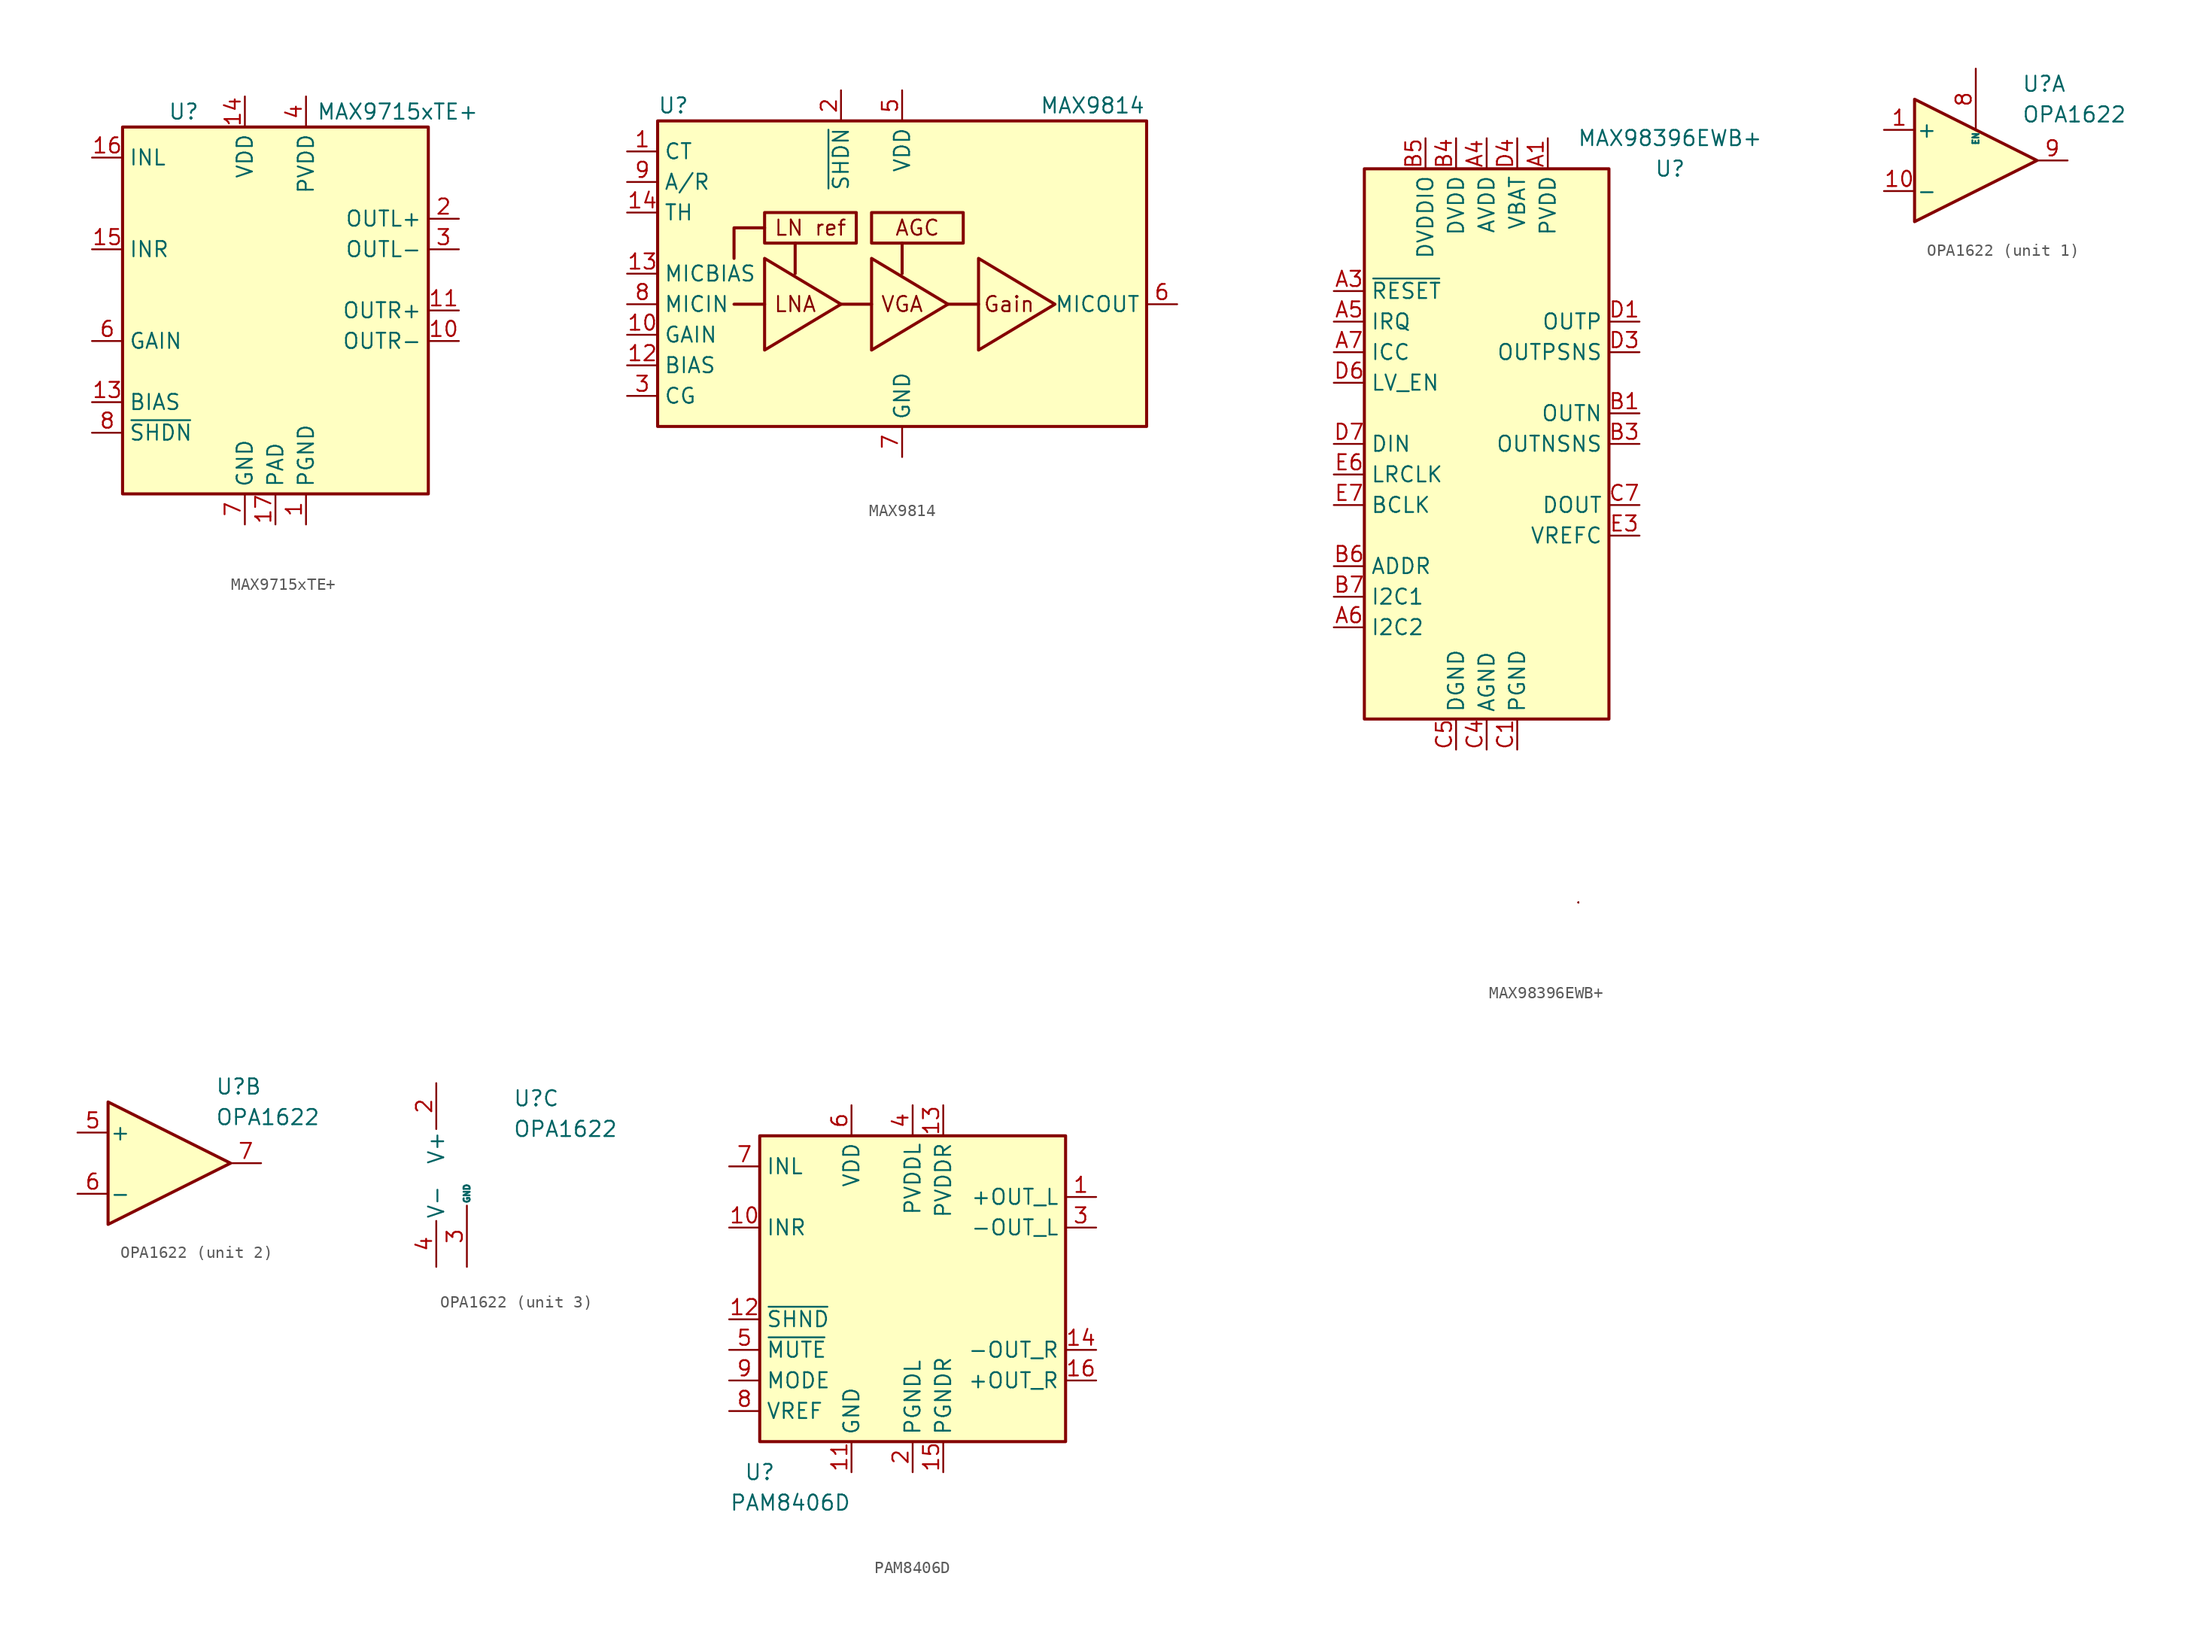
<source format=kicad_sym>
(kicad_symbol_lib
  (version 20231120)
  (generator "kicad_symbol_editor")
  (generator_version "8.0")
  (symbol "MAX9715xTE+"
    (property "Reference" "U"
      (at -7.62 16.51 0)
      (effects (font (size 1.27 1.27))))
    (property "Value" "MAX9715xTE+"
      (at 10.16 16.51 0)
      (effects (font (size 1.27 1.27))))
    (symbol "MAX9715xTE+_0_1"
      (rectangle (start -12.7 15.24) (end 12.7 -15.24) (stroke (width 0.254) (type default)) (fill (type background))))
    (symbol "MAX9715xTE+_1_1"
      (pin power_in line (at 2.54 -17.78 90) (length 2.54) (name "PGND" (effects (font (size 1.27 1.27)))) (number "1" (effects (font (size 1.27 1.27)))))
      (pin output line (at 15.24 -2.54 180) (length 2.54) (name "OUTR-" (effects (font (size 1.27 1.27)))) (number "10" (effects (font (size 1.27 1.27)))))
      (pin output line (at 15.24 0 180) (length 2.54) (name "OUTR+" (effects (font (size 1.27 1.27)))) (number "11" (effects (font (size 1.27 1.27)))))
      (pin passive line (at 2.54 -17.78 90) (length 2.54) hide (name "PGND" (effects (font (size 1.27 1.27)))) (number "12" (effects (font (size 1.27 1.27)))))
      (pin passive line (at -15.24 -7.62 0) (length 2.54) (name "BIAS" (effects (font (size 1.27 1.27)))) (number "13" (effects (font (size 1.27 1.27)))))
      (pin power_in line (at -2.54 17.78 270) (length 2.54) (name "VDD" (effects (font (size 1.27 1.27)))) (number "14" (effects (font (size 1.27 1.27)))))
      (pin input line (at -15.24 5.08 0) (length 2.54) (name "INR" (effects (font (size 1.27 1.27)))) (number "15" (effects (font (size 1.27 1.27)))))
      (pin input line (at -15.24 12.7 0) (length 2.54) (name "INL" (effects (font (size 1.27 1.27)))) (number "16" (effects (font (size 1.27 1.27)))))
      (pin passive line (at 0 -17.78 90) (length 2.54) (name "PAD" (effects (font (size 1.27 1.27)))) (number "17" (effects (font (size 1.27 1.27)))))
      (pin output line (at 15.24 7.62 180) (length 2.54) (name "OUTL+" (effects (font (size 1.27 1.27)))) (number "2" (effects (font (size 1.27 1.27)))))
      (pin output line (at 15.24 5.08 180) (length 2.54) (name "OUTL-" (effects (font (size 1.27 1.27)))) (number "3" (effects (font (size 1.27 1.27)))))
      (pin power_in line (at 2.54 17.78 270) (length 2.54) (name "PVDD" (effects (font (size 1.27 1.27)))) (number "4" (effects (font (size 1.27 1.27)))))
      (pin no_connect line (at 10.16 5.08 180) (length 2.54) hide (name "NC" (effects (font (size 1.27 1.27)))) (number "5" (effects (font (size 1.27 1.27)))))
      (pin input line (at -15.24 -2.54 0) (length 2.54) (name "GAIN" (effects (font (size 1.27 1.27)))) (number "6" (effects (font (size 1.27 1.27)))))
      (pin power_in line (at -2.54 -17.78 90) (length 2.54) (name "GND" (effects (font (size 1.27 1.27)))) (number "7" (effects (font (size 1.27 1.27)))))
      (pin input line (at -15.24 -10.16 0) (length 2.54) (name "~{SHDN}" (effects (font (size 1.27 1.27)))) (number "8" (effects (font (size 1.27 1.27)))))
      (pin passive line (at 2.54 17.78 270) (length 2.54) hide (name "PVDD" (effects (font (size 1.27 1.27)))) (number "9" (effects (font (size 1.27 1.27)))))))
  (symbol "MAX9814"
    (property "Reference" "U"
      (at -20.32 13.97 0)
      (effects (font (size 1.27 1.27)) (justify left)))
    (property "Value" "MAX9814"
      (at 11.43 13.97 0)
      (effects (font (size 1.27 1.27)) (justify left)))
    (symbol "MAX9814_0_0"
      (rectangle (start -11.43 5.08) (end -3.81 2.54) (stroke (width 0.254) (type default)) (fill (type none)))
      (rectangle (start -2.54 5.08) (end 5.08 2.54) (stroke (width 0.254) (type default)) (fill (type none)))
      (polyline (pts (xy -11.43 -2.54) (xy -13.97 -2.54)) (stroke (width 0.254) (type default)) (fill (type none)))
      (polyline (pts (xy -8.89 2.54) (xy -8.89 0)) (stroke (width 0.254) (type default)) (fill (type none)))
      (polyline (pts (xy -2.54 -2.54) (xy -5.08 -2.54)) (stroke (width 0.254) (type default)) (fill (type none)))
      (polyline (pts (xy 0 2.54) (xy 0 0)) (stroke (width 0.254) (type default)) (fill (type none)))
      (polyline (pts (xy 3.81 -2.54) (xy 6.35 -2.54)) (stroke (width 0.254) (type default)) (fill (type none)))
      (polyline (pts (xy -11.43 3.81) (xy -13.97 3.81) (xy -13.97 1.27)) (stroke (width 0.254) (type default)) (fill (type none)))
      (polyline (pts (xy -5.08 -2.54) (xy -11.43 1.27) (xy -11.43 -6.35) (xy -5.08 -2.54)) (stroke (width 0.254) (type default)) (fill (type none)))
      (polyline (pts (xy 3.81 -2.54) (xy -2.54 1.27) (xy -2.54 -6.35) (xy 3.81 -2.54)) (stroke (width 0.254) (type default)) (fill (type none)))
      (polyline (pts (xy 12.7 -2.54) (xy 6.35 1.27) (xy 6.35 -6.35) (xy 12.7 -2.54)) (stroke (width 0.254) (type default)) (fill (type none)))
      (text "AGC" (at 1.27 3.81 0) (effects (font (size 1.27 1.27))))
      (text "Gain" (at 8.89 -2.54 0) (effects (font (size 1.27 1.27))))
      (text "LN ref" (at -7.62 3.81 0) (effects (font (size 1.27 1.27))))
      (text "LNA" (at -8.89 -2.54 0) (effects (font (size 1.27 1.27))))
      (text "VGA" (at 0 -2.54 0) (effects (font (size 1.27 1.27)))))
    (symbol "MAX9814_0_1"
      (rectangle (start -20.32 12.7) (end 20.32 -12.7) (stroke (width 0.254) (type default)) (fill (type background))))
    (symbol "MAX9814_1_1"
      (pin input line (at -22.86 10.16 0) (length 2.54) (name "CT" (effects (font (size 1.27 1.27)))) (number "1" (effects (font (size 1.27 1.27)))))
      (pin input line (at -22.86 -5.08 0) (length 2.54) (name "GAIN" (effects (font (size 1.27 1.27)))) (number "10" (effects (font (size 1.27 1.27)))))
      (pin passive line (at 0 -15.24 90) (length 2.54) hide (name "GND" (effects (font (size 1.27 1.27)))) (number "11" (effects (font (size 1.27 1.27)))))
      (pin passive line (at -22.86 -7.62 0) (length 2.54) (name "BIAS" (effects (font (size 1.27 1.27)))) (number "12" (effects (font (size 1.27 1.27)))))
      (pin output line (at -22.86 0 0) (length 2.54) (name "MICBIAS" (effects (font (size 1.27 1.27)))) (number "13" (effects (font (size 1.27 1.27)))))
      (pin input line (at -22.86 5.08 0) (length 2.54) (name "TH" (effects (font (size 1.27 1.27)))) (number "14" (effects (font (size 1.27 1.27)))))
      (pin passive line (at 0 -15.24 90) (length 2.54) hide (name "GND" (effects (font (size 1.27 1.27)))) (number "15" (effects (font (size 1.27 1.27)))))
      (pin input line (at -5.08 15.24 270) (length 2.54) (name "~{SHDN}" (effects (font (size 1.27 1.27)))) (number "2" (effects (font (size 1.27 1.27)))))
      (pin passive line (at -22.86 -10.16 0) (length 2.54) (name "CG" (effects (font (size 1.27 1.27)))) (number "3" (effects (font (size 1.27 1.27)))))
      (pin passive line (at 0 -15.24 90) (length 2.54) hide (name "GND" (effects (font (size 1.27 1.27)))) (number "4" (effects (font (size 1.27 1.27)))))
      (pin power_in line (at 0 15.24 270) (length 2.54) (name "VDD" (effects (font (size 1.27 1.27)))) (number "5" (effects (font (size 1.27 1.27)))))
      (pin output line (at 22.86 -2.54 180) (length 2.54) (name "MICOUT" (effects (font (size 1.27 1.27)))) (number "6" (effects (font (size 1.27 1.27)))))
      (pin power_in line (at 0 -15.24 90) (length 2.54) (name "GND" (effects (font (size 1.27 1.27)))) (number "7" (effects (font (size 1.27 1.27)))))
      (pin input line (at -22.86 -2.54 0) (length 2.54) (name "MICIN" (effects (font (size 1.27 1.27)))) (number "8" (effects (font (size 1.27 1.27)))))
      (pin input line (at -22.86 7.62 0) (length 2.54) (name "A/R" (effects (font (size 1.27 1.27)))) (number "9" (effects (font (size 1.27 1.27)))))))
  (symbol "MAX98396EWB+"
    (property "Reference" "U"
      (at 15.24 22.86 0)
      (effects (font (size 1.27 1.27))))
    (property "Value" "MAX98396EWB+"
      (at 15.24 25.4 0)
      (effects (font (size 1.27 1.27))))
    (symbol "MAX98396EWB+_0_1"
      (rectangle (start -10.16 22.86) (end 10.16 -22.86) (stroke (width 0.254) (type default)) (fill (type background)))
      (rectangle (start 7.62 -38.1) (end 7.62 -38.1) (stroke (width 0.152) (type default)) (fill (type none)))
      (rectangle (start 7.62 -38.1) (end 7.62 -38.1) (stroke (width 0.152) (type default)) (fill (type none)))
      (rectangle (start 7.62 -38.1) (end 7.62 -38.1) (stroke (width 0.152) (type default)) (fill (type none)))
      (rectangle (start 7.62 -38.1) (end 7.62 -38.1) (stroke (width 0.152) (type default)) (fill (type none))))
    (symbol "MAX98396EWB+_1_1"
      (pin power_in line (at 5.08 25.4 270) (length 2.54) (name "PVDD" (effects (font (size 1.27 1.27)))) (number "A1" (effects (font (size 1.27 1.27)))))
      (pin passive line (at 5.08 25.4 270) (length 2.54) hide (name "PVDD" (effects (font (size 1.27 1.27)))) (number "A2" (effects (font (size 1.27 1.27)))))
      (pin input line (at -12.7 12.7 0) (length 2.54) (name "~{RESET}" (effects (font (size 1.27 1.27)))) (number "A3" (effects (font (size 1.27 1.27)))))
      (pin power_in line (at 0 25.4 270) (length 2.54) (name "AVDD" (effects (font (size 1.27 1.27)))) (number "A4" (effects (font (size 1.27 1.27)))))
      (pin open_collector line (at -12.7 10.16 0) (length 2.54) (name "IRQ" (effects (font (size 1.27 1.27)))) (number "A5" (effects (font (size 1.27 1.27)))))
      (pin bidirectional line (at -12.7 -15.24 0) (length 2.54) (name "I2C2" (effects (font (size 1.27 1.27)))) (number "A6" (effects (font (size 1.27 1.27)))))
      (pin bidirectional line (at -12.7 7.62 0) (length 2.54) (name "ICC" (effects (font (size 1.27 1.27)))) (number "A7" (effects (font (size 1.27 1.27)))))
      (pin output line (at 12.7 2.54 180) (length 2.54) (name "OUTN" (effects (font (size 1.27 1.27)))) (number "B1" (effects (font (size 1.27 1.27)))))
      (pin output line (at 12.7 2.54 180) (length 2.54) hide (name "OUTN" (effects (font (size 1.27 1.27)))) (number "B2" (effects (font (size 1.27 1.27)))))
      (pin output line (at 12.7 0 180) (length 2.54) (name "OUTNSNS" (effects (font (size 1.27 1.27)))) (number "B3" (effects (font (size 1.27 1.27)))))
      (pin power_in line (at -2.54 25.4 270) (length 2.54) (name "DVDD" (effects (font (size 1.27 1.27)))) (number "B4" (effects (font (size 1.27 1.27)))))
      (pin power_in line (at -5.08 25.4 270) (length 2.54) (name "DVDDIO" (effects (font (size 1.27 1.27)))) (number "B5" (effects (font (size 1.27 1.27)))))
      (pin input line (at -12.7 -10.16 0) (length 2.54) (name "ADDR" (effects (font (size 1.27 1.27)))) (number "B6" (effects (font (size 1.27 1.27)))))
      (pin bidirectional line (at -12.7 -12.7 0) (length 2.54) (name "I2C1" (effects (font (size 1.27 1.27)))) (number "B7" (effects (font (size 1.27 1.27)))))
      (pin power_in line (at 2.54 -25.4 90) (length 2.54) (name "PGND" (effects (font (size 1.27 1.27)))) (number "C1" (effects (font (size 1.27 1.27)))))
      (pin passive line (at 2.54 -25.4 90) (length 2.54) hide (name "PGND" (effects (font (size 1.27 1.27)))) (number "C2" (effects (font (size 1.27 1.27)))))
      (pin passive line (at 2.54 -25.4 90) (length 2.54) hide (name "PGND" (effects (font (size 1.27 1.27)))) (number "C3" (effects (font (size 1.27 1.27)))))
      (pin power_in line (at 0 -25.4 90) (length 2.54) (name "AGND" (effects (font (size 1.27 1.27)))) (number "C4" (effects (font (size 1.27 1.27)))))
      (pin power_in line (at -2.54 -25.4 90) (length 2.54) (name "DGND" (effects (font (size 1.27 1.27)))) (number "C5" (effects (font (size 1.27 1.27)))))
      (pin passive line (at -2.54 -25.4 90) (length 2.54) hide (name "DGND" (effects (font (size 1.27 1.27)))) (number "C6" (effects (font (size 1.27 1.27)))))
      (pin output line (at 12.7 -5.08 180) (length 2.54) (name "DOUT" (effects (font (size 1.27 1.27)))) (number "C7" (effects (font (size 1.27 1.27)))))
      (pin output line (at 12.7 10.16 180) (length 2.54) (name "OUTP" (effects (font (size 1.27 1.27)))) (number "D1" (effects (font (size 1.27 1.27)))))
      (pin output line (at 12.7 10.16 180) (length 2.54) hide (name "OUTP" (effects (font (size 1.27 1.27)))) (number "D2" (effects (font (size 1.27 1.27)))))
      (pin output line (at 12.7 7.62 180) (length 2.54) (name "OUTPSNS" (effects (font (size 1.27 1.27)))) (number "D3" (effects (font (size 1.27 1.27)))))
      (pin power_in line (at 2.54 25.4 270) (length 2.54) (name "VBAT" (effects (font (size 1.27 1.27)))) (number "D4" (effects (font (size 1.27 1.27)))))
      (pin passive line (at 0 -25.4 90) (length 2.54) hide (name "AGND" (effects (font (size 1.27 1.27)))) (number "D5" (effects (font (size 1.27 1.27)))))
      (pin open_collector line (at -12.7 5.08 0) (length 2.54) (name "LV_EN" (effects (font (size 1.27 1.27)))) (number "D6" (effects (font (size 1.27 1.27)))))
      (pin input line (at -12.7 0 0) (length 2.54) (name "DIN" (effects (font (size 1.27 1.27)))) (number "D7" (effects (font (size 1.27 1.27)))))
      (pin passive line (at 5.08 25.4 270) (length 2.54) hide (name "PVDD" (effects (font (size 1.27 1.27)))) (number "E1" (effects (font (size 1.27 1.27)))))
      (pin passive line (at 5.08 25.4 270) (length 2.54) hide (name "PVDD" (effects (font (size 1.27 1.27)))) (number "E2" (effects (font (size 1.27 1.27)))))
      (pin passive line (at 12.7 -7.62 180) (length 2.54) (name "VREFC" (effects (font (size 1.27 1.27)))) (number "E3" (effects (font (size 1.27 1.27)))))
      (pin passive line (at 2.54 25.4 270) (length 2.54) hide (name "VBAT" (effects (font (size 1.27 1.27)))) (number "E4" (effects (font (size 1.27 1.27)))))
      (pin passive line (at 0 -25.4 90) (length 2.54) hide (name "AGND" (effects (font (size 1.27 1.27)))) (number "E5" (effects (font (size 1.27 1.27)))))
      (pin input line (at -12.7 -2.54 0) (length 2.54) (name "LRCLK" (effects (font (size 1.27 1.27)))) (number "E6" (effects (font (size 1.27 1.27)))))
      (pin input line (at -12.7 -5.08 0) (length 2.54) (name "BCLK" (effects (font (size 1.27 1.27)))) (number "E7" (effects (font (size 1.27 1.27)))))))
  (symbol "OPA1622"
    (pin_names
      (offset 0.127))
    (property "Reference" "U"
      (at 3.81 6.35 0)
      (effects (font (size 1.27 1.27)) (justify left)))
    (property "Value" "OPA1622"
      (at 3.81 3.81 0)
      (effects (font (size 1.27 1.27)) (justify left)))
    (property "ki_locked" ""
      (at 0 0 0)
      (effects (font (size 1.27 1.27))))
    (symbol "OPA1622_1_1"
      (polyline (pts (xy -5.08 5.08) (xy 5.08 0) (xy -5.08 -5.08) (xy -5.08 5.08) (xy -5.08 5.08)) (stroke (width 0.254) (type default)) (fill (type background)))
      (pin input line (at -7.62 2.54 0) (length 2.54) (name "+" (effects (font (size 1.27 1.27)))) (number "1" (effects (font (size 1.27 1.27)))))
      (pin input line (at -7.62 -2.54 0) (length 2.54) (name "-" (effects (font (size 1.27 1.27)))) (number "10" (effects (font (size 1.27 1.27)))))
      (pin input line (at 0 7.62 270) (length 5.08) (name "EN" (effects (font (size 0.508 0.508)))) (number "8" (effects (font (size 1.27 1.27)))))
      (pin output line (at 7.62 0 180) (length 2.54) (name "~" (effects (font (size 1.27 1.27)))) (number "9" (effects (font (size 1.27 1.27))))))
    (symbol "OPA1622_2_1"
      (polyline (pts (xy -5.08 5.08) (xy 5.08 0) (xy -5.08 -5.08) (xy -5.08 5.08) (xy -5.08 5.08)) (stroke (width 0.254) (type default)) (fill (type background)))
      (pin input line (at -7.62 2.54 0) (length 2.54) (name "+" (effects (font (size 1.27 1.27)))) (number "5" (effects (font (size 1.27 1.27)))))
      (pin input line (at -7.62 -2.54 0) (length 2.54) (name "-" (effects (font (size 1.27 1.27)))) (number "6" (effects (font (size 1.27 1.27)))))
      (pin output line (at 7.62 0 180) (length 2.54) (name "~" (effects (font (size 1.27 1.27)))) (number "7" (effects (font (size 1.27 1.27))))))
    (symbol "OPA1622_3_1"
      (pin passive line (at -2.54 -7.62 90) (length 3.81) hide (name "V-" (effects (font (size 1.27 1.27)))) (number "11" (effects (font (size 1.27 1.27)))))
      (pin power_in line (at -2.54 7.62 270) (length 3.81) (name "V+" (effects (font (size 1.27 1.27)))) (number "2" (effects (font (size 1.27 1.27)))))
      (pin power_in line (at 0 -7.62 90) (length 5.08) (name "GND" (effects (font (size 0.508 0.508)))) (number "3" (effects (font (size 1.27 1.27)))))
      (pin power_in line (at -2.54 -7.62 90) (length 3.81) (name "V-" (effects (font (size 1.27 1.27)))) (number "4" (effects (font (size 1.27 1.27)))))))
  (symbol "PAM8406D"
    (property "Reference" "U"
      (at -12.7 -15.24 0)
      (effects (font (size 1.27 1.27))))
    (property "Value" "PAM8406D"
      (at -10.16 -17.78 0)
      (effects (font (size 1.27 1.27))))
    (symbol "PAM8406D_0_1"
      (rectangle (start -12.7 12.7) (end 12.7 -12.7) (stroke (width 0.254) (type solid)) (fill (type background))))
    (symbol "PAM8406D_1_1"
      (pin output line (at 15.24 7.62 180) (length 2.54) (name "+OUT_L" (effects (font (size 1.27 1.27)))) (number "1" (effects (font (size 1.27 1.27)))))
      (pin input line (at -15.24 5.08 0) (length 2.54) (name "INR" (effects (font (size 1.27 1.27)))) (number "10" (effects (font (size 1.27 1.27)))))
      (pin power_in line (at -5.08 -15.24 90) (length 2.54) (name "GND" (effects (font (size 1.27 1.27)))) (number "11" (effects (font (size 1.27 1.27)))))
      (pin input line (at -15.24 -2.54 0) (length 2.54) (name "~{SHND}" (effects (font (size 1.27 1.27)))) (number "12" (effects (font (size 1.27 1.27)))))
      (pin power_in line (at 2.54 15.24 270) (length 2.54) (name "PVDDR" (effects (font (size 1.27 1.27)))) (number "13" (effects (font (size 1.27 1.27)))))
      (pin output line (at 15.24 -5.08 180) (length 2.54) (name "-OUT_R" (effects (font (size 1.27 1.27)))) (number "14" (effects (font (size 1.27 1.27)))))
      (pin power_in line (at 2.54 -15.24 90) (length 2.54) (name "PGNDR" (effects (font (size 1.27 1.27)))) (number "15" (effects (font (size 1.27 1.27)))))
      (pin output line (at 15.24 -7.62 180) (length 2.54) (name "+OUT_R" (effects (font (size 1.27 1.27)))) (number "16" (effects (font (size 1.27 1.27)))))
      (pin power_in line (at 0 -15.24 90) (length 2.54) (name "PGNDL" (effects (font (size 1.27 1.27)))) (number "2" (effects (font (size 1.27 1.27)))))
      (pin output line (at 15.24 5.08 180) (length 2.54) (name "-OUT_L" (effects (font (size 1.27 1.27)))) (number "3" (effects (font (size 1.27 1.27)))))
      (pin power_in line (at 0 15.24 270) (length 2.54) (name "PVDDL" (effects (font (size 1.27 1.27)))) (number "4" (effects (font (size 1.27 1.27)))))
      (pin input line (at -15.24 -5.08 0) (length 2.54) (name "~{MUTE}" (effects (font (size 1.27 1.27)))) (number "5" (effects (font (size 1.27 1.27)))))
      (pin power_in line (at -5.08 15.24 270) (length 2.54) (name "VDD" (effects (font (size 1.27 1.27)))) (number "6" (effects (font (size 1.27 1.27)))))
      (pin input line (at -15.24 10.16 0) (length 2.54) (name "INL" (effects (font (size 1.27 1.27)))) (number "7" (effects (font (size 1.27 1.27)))))
      (pin passive line (at -15.24 -10.16 0) (length 2.54) (name "VREF" (effects (font (size 1.27 1.27)))) (number "8" (effects (font (size 1.27 1.27)))))
      (pin input line (at -15.24 -7.62 0) (length 2.54) (name "MODE" (effects (font (size 1.27 1.27)))) (number "9" (effects (font (size 1.27 1.27))))))))
</source>
